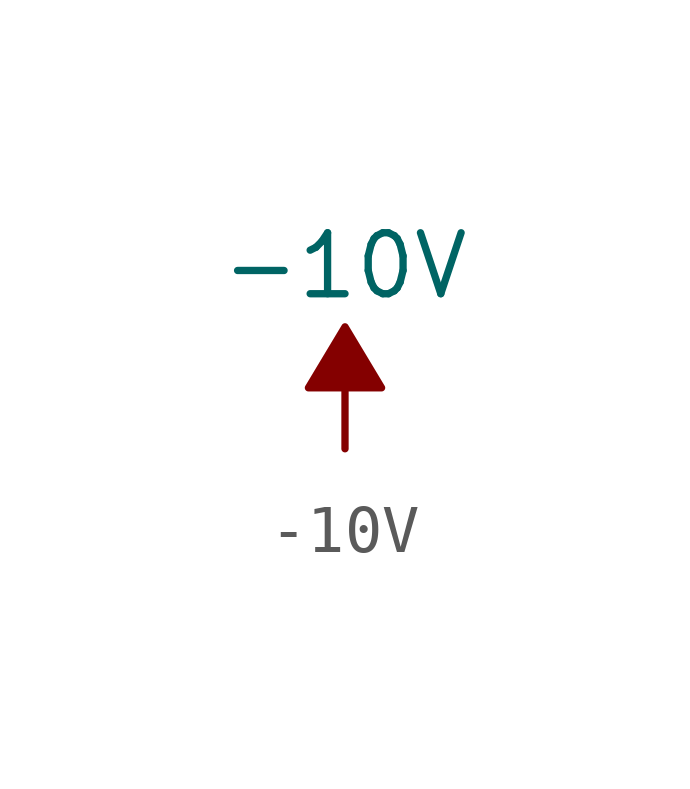
<source format=kicad_sym>
(kicad_symbol_lib
  (version 20220914)
  (generator kicad_symbol_editor)
  (symbol "-10V"
    (power)
    (pin_names
      (offset 0))
    (property "Reference" "#PWR"
      (at 0 2.54 0)
      (effects (font (size 1.27 1.27)) hide))
    (property "Value" "-10V"
      (at 0 3.81 0)
      (effects (font (size 1.27 1.27))))
    (symbol "-10V_0_0"
      (pin power_in line (at 0 0 90) (length 0) hide (name "-10V" (effects (font (size 1.27 1.27)))) (number "1" (effects (font (size 1.27 1.27))))))
    (symbol "-10V_0_1"
      (polyline (pts (xy 0 0) (xy 0 1.27) (xy 0.762 1.27) (xy 0 2.54) (xy -0.762 1.27) (xy 0 1.27)) (stroke (width 0) (type solid)) (fill (type outline))))))
</source>
